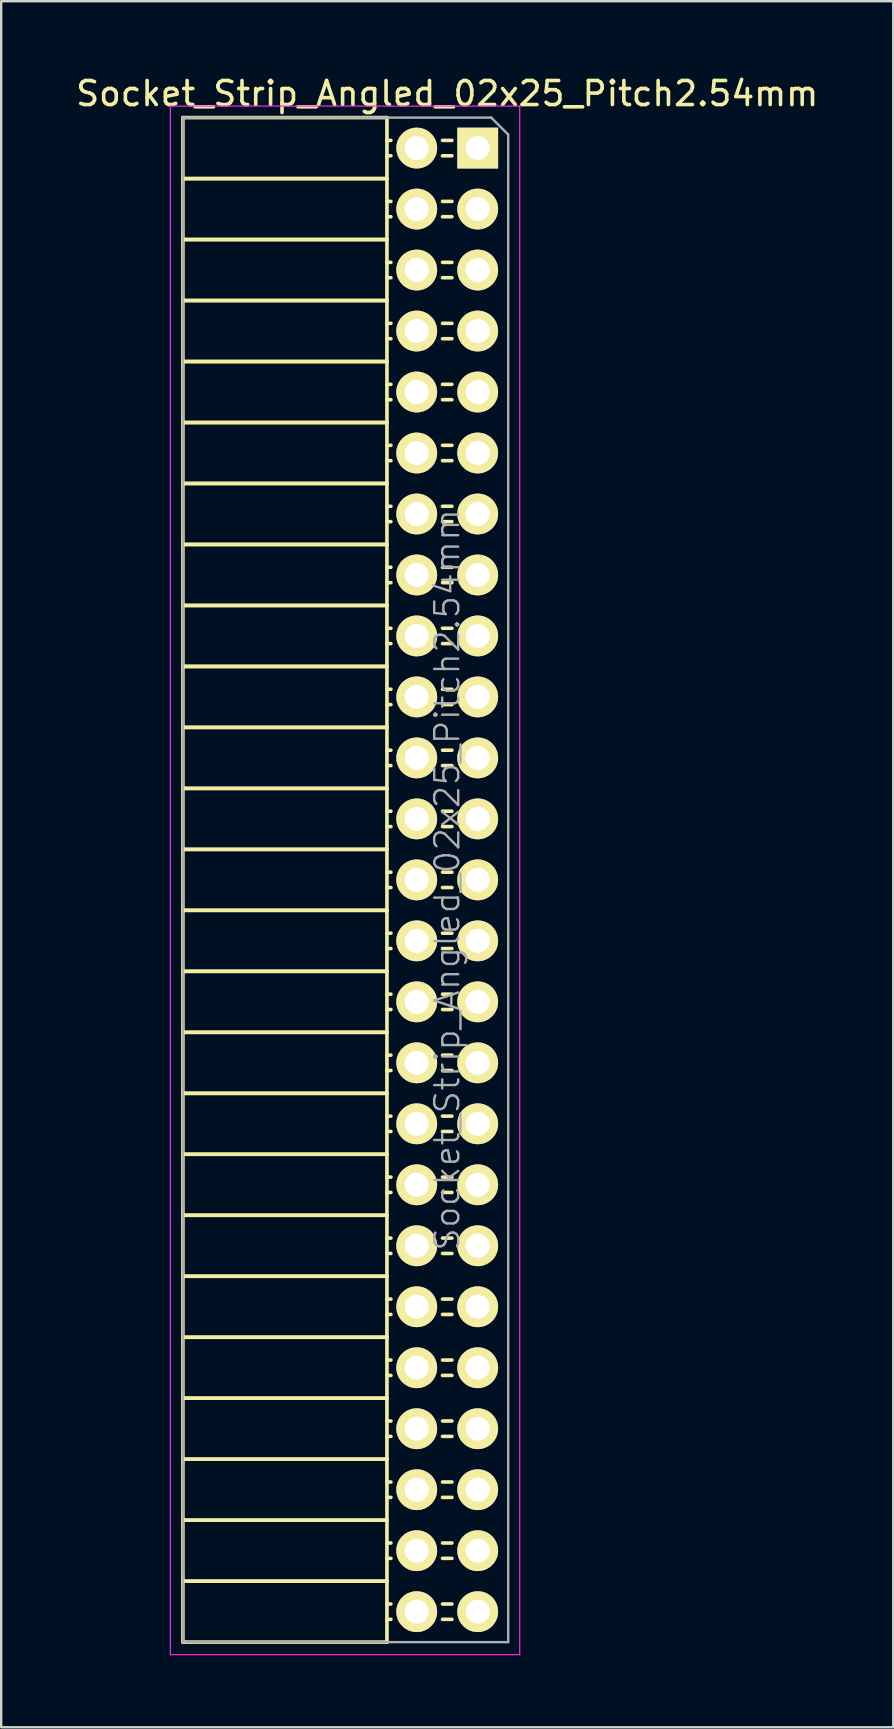
<source format=kicad_pcb>
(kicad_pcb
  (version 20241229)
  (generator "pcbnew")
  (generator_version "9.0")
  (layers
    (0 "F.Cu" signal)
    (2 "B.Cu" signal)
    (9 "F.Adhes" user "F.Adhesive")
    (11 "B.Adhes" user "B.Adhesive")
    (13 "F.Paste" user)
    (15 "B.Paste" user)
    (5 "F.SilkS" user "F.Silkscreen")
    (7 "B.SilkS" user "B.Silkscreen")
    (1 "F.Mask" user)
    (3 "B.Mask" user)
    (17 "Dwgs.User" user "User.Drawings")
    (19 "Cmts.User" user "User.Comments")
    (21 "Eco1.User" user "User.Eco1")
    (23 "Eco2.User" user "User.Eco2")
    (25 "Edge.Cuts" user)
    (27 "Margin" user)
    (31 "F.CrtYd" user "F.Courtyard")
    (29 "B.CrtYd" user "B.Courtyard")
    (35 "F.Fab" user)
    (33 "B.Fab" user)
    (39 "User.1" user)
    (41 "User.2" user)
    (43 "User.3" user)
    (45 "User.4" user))
  (footprint "Socket_Strip_Angled_02x25_Pitch2.54mm"
    (layer "F.Cu")
    (at 16.847 3.118)
    (property "Reference" "Socket_Strip_Angled_02x25_Pitch2.54mm" (at -1.27 -2.27 0) (layer "F.SilkS") (effects (font (size 1 1) (thickness 0.15))))
    (attr smd)
    (fp_line (start -12.28 -1.27) (end -12.28 1.27) (stroke (width 0.15) (type solid)) (layer "F.SilkS"))
    (fp_line (start -12.28 -1.27) (end -3.78 -1.27) (stroke (width 0.15) (type solid)) (layer "F.SilkS"))
    (fp_line (start -12.28 1.27) (end -12.28 3.81) (stroke (width 0.15) (type solid)) (layer "F.SilkS"))
    (fp_line (start -12.28 1.27) (end -3.78 1.27) (stroke (width 0.15) (type solid)) (layer "F.SilkS"))
    (fp_line (start -12.28 1.27) (end -3.78 1.27) (stroke (width 0.15) (type solid)) (layer "F.SilkS"))
    (fp_line (start -12.28 3.81) (end -12.28 6.35) (stroke (width 0.15) (type solid)) (layer "F.SilkS"))
    (fp_line (start -12.28 3.81) (end -3.78 3.81) (stroke (width 0.15) (type solid)) (layer "F.SilkS"))
    (fp_line (start -12.28 3.81) (end -3.78 3.81) (stroke (width 0.15) (type solid)) (layer "F.SilkS"))
    (fp_line (start -12.28 6.35) (end -12.28 8.89) (stroke (width 0.15) (type solid)) (layer "F.SilkS"))
    (fp_line (start -12.28 6.35) (end -3.78 6.35) (stroke (width 0.15) (type solid)) (layer "F.SilkS"))
    (fp_line (start -12.28 6.35) (end -3.78 6.35) (stroke (width 0.15) (type solid)) (layer "F.SilkS"))
    (fp_line (start -12.28 8.89) (end -12.28 11.43) (stroke (width 0.15) (type solid)) (layer "F.SilkS"))
    (fp_line (start -12.28 8.89) (end -3.78 8.89) (stroke (width 0.15) (type solid)) (layer "F.SilkS"))
    (fp_line (start -12.28 8.89) (end -3.78 8.89) (stroke (width 0.15) (type solid)) (layer "F.SilkS"))
    (fp_line (start -12.28 11.43) (end -12.28 13.97) (stroke (width 0.15) (type solid)) (layer "F.SilkS"))
    (fp_line (start -12.28 11.43) (end -3.78 11.43) (stroke (width 0.15) (type solid)) (layer "F.SilkS"))
    (fp_line (start -12.28 11.43) (end -3.78 11.43) (stroke (width 0.15) (type solid)) (layer "F.SilkS"))
    (fp_line (start -12.28 13.97) (end -12.28 16.51) (stroke (width 0.15) (type solid)) (layer "F.SilkS"))
    (fp_line (start -12.28 13.97) (end -3.78 13.97) (stroke (width 0.15) (type solid)) (layer "F.SilkS"))
    (fp_line (start -12.28 13.97) (end -3.78 13.97) (stroke (width 0.15) (type solid)) (layer "F.SilkS"))
    (fp_line (start -12.28 16.51) (end -12.28 19.05) (stroke (width 0.15) (type solid)) (layer "F.SilkS"))
    (fp_line (start -12.28 16.51) (end -3.78 16.51) (stroke (width 0.15) (type solid)) (layer "F.SilkS"))
    (fp_line (start -12.28 16.51) (end -3.78 16.51) (stroke (width 0.15) (type solid)) (layer "F.SilkS"))
    (fp_line (start -12.28 19.05) (end -12.28 21.59) (stroke (width 0.15) (type solid)) (layer "F.SilkS"))
    (fp_line (start -12.28 19.05) (end -3.78 19.05) (stroke (width 0.15) (type solid)) (layer "F.SilkS"))
    (fp_line (start -12.28 19.05) (end -3.78 19.05) (stroke (width 0.15) (type solid)) (layer "F.SilkS"))
    (fp_line (start -12.28 21.59) (end -12.28 24.13) (stroke (width 0.15) (type solid)) (layer "F.SilkS"))
    (fp_line (start -12.28 21.59) (end -3.78 21.59) (stroke (width 0.15) (type solid)) (layer "F.SilkS"))
    (fp_line (start -12.28 21.59) (end -3.78 21.59) (stroke (width 0.15) (type solid)) (layer "F.SilkS"))
    (fp_line (start -12.28 24.13) (end -12.28 26.67) (stroke (width 0.15) (type solid)) (layer "F.SilkS"))
    (fp_line (start -12.28 24.13) (end -3.78 24.13) (stroke (width 0.15) (type solid)) (layer "F.SilkS"))
    (fp_line (start -12.28 24.13) (end -3.78 24.13) (stroke (width 0.15) (type solid)) (layer "F.SilkS"))
    (fp_line (start -12.28 26.67) (end -12.28 29.21) (stroke (width 0.15) (type solid)) (layer "F.SilkS"))
    (fp_line (start -12.28 26.67) (end -3.78 26.67) (stroke (width 0.15) (type solid)) (layer "F.SilkS"))
    (fp_line (start -12.28 26.67) (end -3.78 26.67) (stroke (width 0.15) (type solid)) (layer "F.SilkS"))
    (fp_line (start -12.28 29.21) (end -12.28 31.75) (stroke (width 0.15) (type solid)) (layer "F.SilkS"))
    (fp_line (start -12.28 29.21) (end -3.78 29.21) (stroke (width 0.15) (type solid)) (layer "F.SilkS"))
    (fp_line (start -12.28 29.21) (end -3.78 29.21) (stroke (width 0.15) (type solid)) (layer "F.SilkS"))
    (fp_line (start -12.28 31.75) (end -12.28 34.29) (stroke (width 0.15) (type solid)) (layer "F.SilkS"))
    (fp_line (start -12.28 31.75) (end -3.78 31.75) (stroke (width 0.15) (type solid)) (layer "F.SilkS"))
    (fp_line (start -12.28 31.75) (end -3.78 31.75) (stroke (width 0.15) (type solid)) (layer "F.SilkS"))
    (fp_line (start -12.28 34.29) (end -12.28 36.83) (stroke (width 0.15) (type solid)) (layer "F.SilkS"))
    (fp_line (start -12.28 34.29) (end -3.78 34.29) (stroke (width 0.15) (type solid)) (layer "F.SilkS"))
    (fp_line (start -12.28 34.29) (end -3.78 34.29) (stroke (width 0.15) (type solid)) (layer "F.SilkS"))
    (fp_line (start -12.28 36.83) (end -12.28 39.37) (stroke (width 0.15) (type solid)) (layer "F.SilkS"))
    (fp_line (start -12.28 36.83) (end -3.78 36.83) (stroke (width 0.15) (type solid)) (layer "F.SilkS"))
    (fp_line (start -12.28 36.83) (end -3.78 36.83) (stroke (width 0.15) (type solid)) (layer "F.SilkS"))
    (fp_line (start -12.28 39.37) (end -12.28 41.91) (stroke (width 0.15) (type solid)) (layer "F.SilkS"))
    (fp_line (start -12.28 39.37) (end -3.78 39.37) (stroke (width 0.15) (type solid)) (layer "F.SilkS"))
    (fp_line (start -12.28 39.37) (end -3.78 39.37) (stroke (width 0.15) (type solid)) (layer "F.SilkS"))
    (fp_line (start -12.28 41.91) (end -12.28 44.45) (stroke (width 0.15) (type solid)) (layer "F.SilkS"))
    (fp_line (start -12.28 41.91) (end -3.78 41.91) (stroke (width 0.15) (type solid)) (layer "F.SilkS"))
    (fp_line (start -12.28 41.91) (end -3.78 41.91) (stroke (width 0.15) (type solid)) (layer "F.SilkS"))
    (fp_line (start -12.28 44.45) (end -12.28 46.99) (stroke (width 0.15) (type solid)) (layer "F.SilkS"))
    (fp_line (start -12.28 44.45) (end -3.78 44.45) (stroke (width 0.15) (type solid)) (layer "F.SilkS"))
    (fp_line (start -12.28 44.45) (end -3.78 44.45) (stroke (width 0.15) (type solid)) (layer "F.SilkS"))
    (fp_line (start -12.28 46.99) (end -12.28 49.53) (stroke (width 0.15) (type solid)) (layer "F.SilkS"))
    (fp_line (start -12.28 46.99) (end -3.78 46.99) (stroke (width 0.15) (type solid)) (layer "F.SilkS"))
    (fp_line (start -12.28 46.99) (end -3.78 46.99) (stroke (width 0.15) (type solid)) (layer "F.SilkS"))
    (fp_line (start -12.28 49.53) (end -12.28 52.07) (stroke (width 0.15) (type solid)) (layer "F.SilkS"))
    (fp_line (start -12.28 49.53) (end -3.78 49.53) (stroke (width 0.15) (type solid)) (layer "F.SilkS"))
    (fp_line (start -12.28 49.53) (end -3.78 49.53) (stroke (width 0.15) (type solid)) (layer "F.SilkS"))
    (fp_line (start -12.28 52.07) (end -12.28 54.61) (stroke (width 0.15) (type solid)) (layer "F.SilkS"))
    (fp_line (start -12.28 52.07) (end -3.78 52.07) (stroke (width 0.15) (type solid)) (layer "F.SilkS"))
    (fp_line (start -12.28 52.07) (end -3.78 52.07) (stroke (width 0.15) (type solid)) (layer "F.SilkS"))
    (fp_line (start -12.28 54.61) (end -12.28 57.15) (stroke (width 0.15) (type solid)) (layer "F.SilkS"))
    (fp_line (start -12.28 54.61) (end -3.78 54.61) (stroke (width 0.15) (type solid)) (layer "F.SilkS"))
    (fp_line (start -12.28 54.61) (end -3.78 54.61) (stroke (width 0.15) (type solid)) (layer "F.SilkS"))
    (fp_line (start -12.28 57.15) (end -12.28 59.69) (stroke (width 0.15) (type solid)) (layer "F.SilkS"))
    (fp_line (start -12.28 57.15) (end -3.78 57.15) (stroke (width 0.15) (type solid)) (layer "F.SilkS"))
    (fp_line (start -12.28 57.15) (end -3.78 57.15) (stroke (width 0.15) (type solid)) (layer "F.SilkS"))
    (fp_line (start -12.28 59.69) (end -12.28 62.23) (stroke (width 0.15) (type solid)) (layer "F.SilkS"))
    (fp_line (start -12.28 59.69) (end -3.78 59.69) (stroke (width 0.15) (type solid)) (layer "F.SilkS"))
    (fp_line (start -12.28 59.69) (end -3.78 59.69) (stroke (width 0.15) (type solid)) (layer "F.SilkS"))
    (fp_line (start -12.28 62.23) (end -3.78 62.23) (stroke (width 0.15) (type solid)) (layer "F.SilkS"))
    (fp_line (start -3.78 -1.27) (end -3.78 1.27) (stroke (width 0.15) (type solid)) (layer "F.SilkS"))
    (fp_line (start -3.78 -0.32) (end -3.615 -0.32) (stroke (width 0.15) (type solid)) (layer "F.SilkS"))
    (fp_line (start -3.78 0.32) (end -3.615 0.32) (stroke (width 0.15) (type solid)) (layer "F.SilkS"))
    (fp_line (start -3.78 1.27) (end -3.78 3.81) (stroke (width 0.15) (type solid)) (layer "F.SilkS"))
    (fp_line (start -3.78 2.22) (end -3.615 2.22) (stroke (width 0.15) (type solid)) (layer "F.SilkS"))
    (fp_line (start -3.78 2.86) (end -3.615 2.86) (stroke (width 0.15) (type solid)) (layer "F.SilkS"))
    (fp_line (start -3.78 3.81) (end -3.78 6.35) (stroke (width 0.15) (type solid)) (layer "F.SilkS"))
    (fp_line (start -3.78 4.76) (end -3.615 4.76) (stroke (width 0.15) (type solid)) (layer "F.SilkS"))
    (fp_line (start -3.78 5.4) (end -3.615 5.4) (stroke (width 0.15) (type solid)) (layer "F.SilkS"))
    (fp_line (start -3.78 6.35) (end -3.78 8.89) (stroke (width 0.15) (type solid)) (layer "F.SilkS"))
    (fp_line (start -3.78 7.3) (end -3.615 7.3) (stroke (width 0.15) (type solid)) (layer "F.SilkS"))
    (fp_line (start -3.78 7.94) (end -3.615 7.94) (stroke (width 0.15) (type solid)) (layer "F.SilkS"))
    (fp_line (start -3.78 8.89) (end -3.78 11.43) (stroke (width 0.15) (type solid)) (layer "F.SilkS"))
    (fp_line (start -3.78 9.84) (end -3.615 9.84) (stroke (width 0.15) (type solid)) (layer "F.SilkS"))
    (fp_line (start -3.78 10.48) (end -3.615 10.48) (stroke (width 0.15) (type solid)) (layer "F.SilkS"))
    (fp_line (start -3.78 11.43) (end -3.78 13.97) (stroke (width 0.15) (type solid)) (layer "F.SilkS"))
    (fp_line (start -3.78 12.38) (end -3.615 12.38) (stroke (width 0.15) (type solid)) (layer "F.SilkS"))
    (fp_line (start -3.78 13.02) (end -3.615 13.02) (stroke (width 0.15) (type solid)) (layer "F.SilkS"))
    (fp_line (start -3.78 13.97) (end -3.78 16.51) (stroke (width 0.15) (type solid)) (layer "F.SilkS"))
    (fp_line (start -3.78 14.92) (end -3.615 14.92) (stroke (width 0.15) (type solid)) (layer "F.SilkS"))
    (fp_line (start -3.78 15.56) (end -3.615 15.56) (stroke (width 0.15) (type solid)) (layer "F.SilkS"))
    (fp_line (start -3.78 16.51) (end -3.78 19.05) (stroke (width 0.15) (type solid)) (layer "F.SilkS"))
    (fp_line (start -3.78 17.46) (end -3.615 17.46) (stroke (width 0.15) (type solid)) (layer "F.SilkS"))
    (fp_line (start -3.78 18.1) (end -3.615 18.1) (stroke (width 0.15) (type solid)) (layer "F.SilkS"))
    (fp_line (start -3.78 19.05) (end -3.78 21.59) (stroke (width 0.15) (type solid)) (layer "F.SilkS"))
    (fp_line (start -3.78 20) (end -3.615 20) (stroke (width 0.15) (type solid)) (layer "F.SilkS"))
    (fp_line (start -3.78 20.64) (end -3.615 20.64) (stroke (width 0.15) (type solid)) (layer "F.SilkS"))
    (fp_line (start -3.78 21.59) (end -3.78 24.13) (stroke (width 0.15) (type solid)) (layer "F.SilkS"))
    (fp_line (start -3.78 22.54) (end -3.615 22.54) (stroke (width 0.15) (type solid)) (layer "F.SilkS"))
    (fp_line (start -3.78 23.18) (end -3.615 23.18) (stroke (width 0.15) (type solid)) (layer "F.SilkS"))
    (fp_line (start -3.78 24.13) (end -3.78 26.67) (stroke (width 0.15) (type solid)) (layer "F.SilkS"))
    (fp_line (start -3.78 25.08) (end -3.615 25.08) (stroke (width 0.15) (type solid)) (layer "F.SilkS"))
    (fp_line (start -3.78 25.72) (end -3.615 25.72) (stroke (width 0.15) (type solid)) (layer "F.SilkS"))
    (fp_line (start -3.78 26.67) (end -3.78 29.21) (stroke (width 0.15) (type solid)) (layer "F.SilkS"))
    (fp_line (start -3.78 27.62) (end -3.615 27.62) (stroke (width 0.15) (type solid)) (layer "F.SilkS"))
    (fp_line (start -3.78 28.26) (end -3.615 28.26) (stroke (width 0.15) (type solid)) (layer "F.SilkS"))
    (fp_line (start -3.78 29.21) (end -3.78 31.75) (stroke (width 0.15) (type solid)) (layer "F.SilkS"))
    (fp_line (start -3.78 30.16) (end -3.615 30.16) (stroke (width 0.15) (type solid)) (layer "F.SilkS"))
    (fp_line (start -3.78 30.8) (end -3.615 30.8) (stroke (width 0.15) (type solid)) (layer "F.SilkS"))
    (fp_line (start -3.78 31.75) (end -3.78 34.29) (stroke (width 0.15) (type solid)) (layer "F.SilkS"))
    (fp_line (start -3.78 32.7) (end -3.615 32.7) (stroke (width 0.15) (type solid)) (layer "F.SilkS"))
    (fp_line (start -3.78 33.34) (end -3.615 33.34) (stroke (width 0.15) (type solid)) (layer "F.SilkS"))
    (fp_line (start -3.78 34.29) (end -3.78 36.83) (stroke (width 0.15) (type solid)) (layer "F.SilkS"))
    (fp_line (start -3.78 35.24) (end -3.615 35.24) (stroke (width 0.15) (type solid)) (layer "F.SilkS"))
    (fp_line (start -3.78 35.88) (end -3.615 35.88) (stroke (width 0.15) (type solid)) (layer "F.SilkS"))
    (fp_line (start -3.78 36.83) (end -3.78 39.37) (stroke (width 0.15) (type solid)) (layer "F.SilkS"))
    (fp_line (start -3.78 37.78) (end -3.615 37.78) (stroke (width 0.15) (type solid)) (layer "F.SilkS"))
    (fp_line (start -3.78 38.42) (end -3.615 38.42) (stroke (width 0.15) (type solid)) (layer "F.SilkS"))
    (fp_line (start -3.78 39.37) (end -3.78 41.91) (stroke (width 0.15) (type solid)) (layer "F.SilkS"))
    (fp_line (start -3.78 40.32) (end -3.615 40.32) (stroke (width 0.15) (type solid)) (layer "F.SilkS"))
    (fp_line (start -3.78 40.96) (end -3.615 40.96) (stroke (width 0.15) (type solid)) (layer "F.SilkS"))
    (fp_line (start -3.78 41.91) (end -3.78 44.45) (stroke (width 0.15) (type solid)) (layer "F.SilkS"))
    (fp_line (start -3.78 42.86) (end -3.615 42.86) (stroke (width 0.15) (type solid)) (layer "F.SilkS"))
    (fp_line (start -3.78 43.5) (end -3.615 43.5) (stroke (width 0.15) (type solid)) (layer "F.SilkS"))
    (fp_line (start -3.78 44.45) (end -3.78 46.99) (stroke (width 0.15) (type solid)) (layer "F.SilkS"))
    (fp_line (start -3.78 45.4) (end -3.615 45.4) (stroke (width 0.15) (type solid)) (layer "F.SilkS"))
    (fp_line (start -3.78 46.04) (end -3.615 46.04) (stroke (width 0.15) (type solid)) (layer "F.SilkS"))
    (fp_line (start -3.78 46.99) (end -3.78 49.53) (stroke (width 0.15) (type solid)) (layer "F.SilkS"))
    (fp_line (start -3.78 47.94) (end -3.615 47.94) (stroke (width 0.15) (type solid)) (layer "F.SilkS"))
    (fp_line (start -3.78 48.58) (end -3.615 48.58) (stroke (width 0.15) (type solid)) (layer "F.SilkS"))
    (fp_line (start -3.78 49.53) (end -3.78 52.07) (stroke (width 0.15) (type solid)) (layer "F.SilkS"))
    (fp_line (start -3.78 50.48) (end -3.615 50.48) (stroke (width 0.15) (type solid)) (layer "F.SilkS"))
    (fp_line (start -3.78 51.12) (end -3.615 51.12) (stroke (width 0.15) (type solid)) (layer "F.SilkS"))
    (fp_line (start -3.78 52.07) (end -3.78 54.61) (stroke (width 0.15) (type solid)) (layer "F.SilkS"))
    (fp_line (start -3.78 53.02) (end -3.615 53.02) (stroke (width 0.15) (type solid)) (layer "F.SilkS"))
    (fp_line (start -3.78 53.66) (end -3.615 53.66) (stroke (width 0.15) (type solid)) (layer "F.SilkS"))
    (fp_line (start -3.78 54.61) (end -3.78 57.15) (stroke (width 0.15) (type solid)) (layer "F.SilkS"))
    (fp_line (start -3.78 55.56) (end -3.615 55.56) (stroke (width 0.15) (type solid)) (layer "F.SilkS"))
    (fp_line (start -3.78 56.2) (end -3.615 56.2) (stroke (width 0.15) (type solid)) (layer "F.SilkS"))
    (fp_line (start -3.78 57.15) (end -3.78 59.69) (stroke (width 0.15) (type solid)) (layer "F.SilkS"))
    (fp_line (start -3.78 58.1) (end -3.615 58.1) (stroke (width 0.15) (type solid)) (layer "F.SilkS"))
    (fp_line (start -3.78 58.74) (end -3.615 58.74) (stroke (width 0.15) (type solid)) (layer "F.SilkS"))
    (fp_line (start -3.78 59.69) (end -3.78 62.23) (stroke (width 0.15) (type solid)) (layer "F.SilkS"))
    (fp_line (start -3.78 60.64) (end -3.615 60.64) (stroke (width 0.15) (type solid)) (layer "F.SilkS"))
    (fp_line (start -3.78 61.28) (end -3.615 61.28) (stroke (width 0.15) (type solid)) (layer "F.SilkS"))
    (fp_line (start -1.075 -0.32) (end -1.465 -0.32) (stroke (width 0.15) (type solid)) (layer "F.SilkS"))
    (fp_line (start -1.075 0.32) (end -1.465 0.32) (stroke (width 0.15) (type solid)) (layer "F.SilkS"))
    (fp_line (start -1.075 2.22) (end -1.465 2.22) (stroke (width 0.15) (type solid)) (layer "F.SilkS"))
    (fp_line (start -1.075 2.86) (end -1.465 2.86) (stroke (width 0.15) (type solid)) (layer "F.SilkS"))
    (fp_line (start -1.075 4.76) (end -1.465 4.76) (stroke (width 0.15) (type solid)) (layer "F.SilkS"))
    (fp_line (start -1.075 5.4) (end -1.465 5.4) (stroke (width 0.15) (type solid)) (layer "F.SilkS"))
    (fp_line (start -1.075 7.3) (end -1.465 7.3) (stroke (width 0.15) (type solid)) (layer "F.SilkS"))
    (fp_line (start -1.075 7.94) (end -1.465 7.94) (stroke (width 0.15) (type solid)) (layer "F.SilkS"))
    (fp_line (start -1.075 9.84) (end -1.465 9.84) (stroke (width 0.15) (type solid)) (layer "F.SilkS"))
    (fp_line (start -1.075 10.48) (end -1.465 10.48) (stroke (width 0.15) (type solid)) (layer "F.SilkS"))
    (fp_line (start -1.075 12.38) (end -1.465 12.38) (stroke (width 0.15) (type solid)) (layer "F.SilkS"))
    (fp_line (start -1.075 13.02) (end -1.465 13.02) (stroke (width 0.15) (type solid)) (layer "F.SilkS"))
    (fp_line (start -1.075 14.92) (end -1.465 14.92) (stroke (width 0.15) (type solid)) (layer "F.SilkS"))
    (fp_line (start -1.075 15.56) (end -1.465 15.56) (stroke (width 0.15) (type solid)) (layer "F.SilkS"))
    (fp_line (start -1.075 17.46) (end -1.465 17.46) (stroke (width 0.15) (type solid)) (layer "F.SilkS"))
    (fp_line (start -1.075 18.1) (end -1.465 18.1) (stroke (width 0.15) (type solid)) (layer "F.SilkS"))
    (fp_line (start -1.075 20) (end -1.465 20) (stroke (width 0.15) (type solid)) (layer "F.SilkS"))
    (fp_line (start -1.075 20.64) (end -1.465 20.64) (stroke (width 0.15) (type solid)) (layer "F.SilkS"))
    (fp_line (start -1.075 22.54) (end -1.465 22.54) (stroke (width 0.15) (type solid)) (layer "F.SilkS"))
    (fp_line (start -1.075 23.18) (end -1.465 23.18) (stroke (width 0.15) (type solid)) (layer "F.SilkS"))
    (fp_line (start -1.075 25.08) (end -1.465 25.08) (stroke (width 0.15) (type solid)) (layer "F.SilkS"))
    (fp_line (start -1.075 25.72) (end -1.465 25.72) (stroke (width 0.15) (type solid)) (layer "F.SilkS"))
    (fp_line (start -1.075 27.62) (end -1.465 27.62) (stroke (width 0.15) (type solid)) (layer "F.SilkS"))
    (fp_line (start -1.075 28.26) (end -1.465 28.26) (stroke (width 0.15) (type solid)) (layer "F.SilkS"))
    (fp_line (start -1.075 30.16) (end -1.465 30.16) (stroke (width 0.15) (type solid)) (layer "F.SilkS"))
    (fp_line (start -1.075 30.8) (end -1.465 30.8) (stroke (width 0.15) (type solid)) (layer "F.SilkS"))
    (fp_line (start -1.075 32.7) (end -1.465 32.7) (stroke (width 0.15) (type solid)) (layer "F.SilkS"))
    (fp_line (start -1.075 33.34) (end -1.465 33.34) (stroke (width 0.15) (type solid)) (layer "F.SilkS"))
    (fp_line (start -1.075 35.24) (end -1.465 35.24) (stroke (width 0.15) (type solid)) (layer "F.SilkS"))
    (fp_line (start -1.075 35.88) (end -1.465 35.88) (stroke (width 0.15) (type solid)) (layer "F.SilkS"))
    (fp_line (start -1.075 37.78) (end -1.465 37.78) (stroke (width 0.15) (type solid)) (layer "F.SilkS"))
    (fp_line (start -1.075 38.42) (end -1.465 38.42) (stroke (width 0.15) (type solid)) (layer "F.SilkS"))
    (fp_line (start -1.075 40.32) (end -1.465 40.32) (stroke (width 0.15) (type solid)) (layer "F.SilkS"))
    (fp_line (start -1.075 40.96) (end -1.465 40.96) (stroke (width 0.15) (type solid)) (layer "F.SilkS"))
    (fp_line (start -1.075 42.86) (end -1.465 42.86) (stroke (width 0.15) (type solid)) (layer "F.SilkS"))
    (fp_line (start -1.075 43.5) (end -1.465 43.5) (stroke (width 0.15) (type solid)) (layer "F.SilkS"))
    (fp_line (start -1.075 45.4) (end -1.465 45.4) (stroke (width 0.15) (type solid)) (layer "F.SilkS"))
    (fp_line (start -1.075 46.04) (end -1.465 46.04) (stroke (width 0.15) (type solid)) (layer "F.SilkS"))
    (fp_line (start -1.075 47.94) (end -1.465 47.94) (stroke (width 0.15) (type solid)) (layer "F.SilkS"))
    (fp_line (start -1.075 48.58) (end -1.465 48.58) (stroke (width 0.15) (type solid)) (layer "F.SilkS"))
    (fp_line (start -1.075 50.48) (end -1.465 50.48) (stroke (width 0.15) (type solid)) (layer "F.SilkS"))
    (fp_line (start -1.075 51.12) (end -1.465 51.12) (stroke (width 0.15) (type solid)) (layer "F.SilkS"))
    (fp_line (start -1.075 53.02) (end -1.465 53.02) (stroke (width 0.15) (type solid)) (layer "F.SilkS"))
    (fp_line (start -1.075 53.66) (end -1.465 53.66) (stroke (width 0.15) (type solid)) (layer "F.SilkS"))
    (fp_line (start -1.075 55.56) (end -1.465 55.56) (stroke (width 0.15) (type solid)) (layer "F.SilkS"))
    (fp_line (start -1.075 56.2) (end -1.465 56.2) (stroke (width 0.15) (type solid)) (layer "F.SilkS"))
    (fp_line (start -1.075 58.1) (end -1.465 58.1) (stroke (width 0.15) (type solid)) (layer "F.SilkS"))
    (fp_line (start -1.075 58.74) (end -1.465 58.74) (stroke (width 0.15) (type solid)) (layer "F.SilkS"))
    (fp_line (start -1.075 60.64) (end -1.465 60.64) (stroke (width 0.15) (type solid)) (layer "F.SilkS"))
    (fp_line (start -1.075 61.28) (end -1.465 61.28) (stroke (width 0.15) (type solid)) (layer "F.SilkS"))
    (fp_line (start -12.8 -1.75) (end 1.75 -1.75) (stroke (width 0.05) (type solid)) (layer "F.CrtYd"))
    (fp_line (start -12.8 62.75) (end -12.8 -1.75) (stroke (width 0.05) (type solid)) (layer "F.CrtYd"))
    (fp_line (start -12.8 62.75) (end 1.75 62.75) (stroke (width 0.05) (type solid)) (layer "F.CrtYd"))
    (fp_line (start 1.75 62.75) (end 1.75 -1.75) (stroke (width 0.05) (type solid)) (layer "F.CrtYd"))
    (fp_line (start -12.28 -1.27) (end 0.563 -1.27) (stroke (width 0.1) (type solid)) (layer "F.Fab"))
    (fp_line (start -12.28 62.23) (end -12.28 -1.27) (stroke (width 0.1) (type solid)) (layer "F.Fab"))
    (fp_line (start -12.28 62.23) (end 1.27 62.23) (stroke (width 0.1) (type solid)) (layer "F.Fab"))
    (fp_line (start 1.27 -0.563) (end 0.563 -1.27) (stroke (width 0.1) (type solid)) (layer "F.Fab"))
    (fp_line (start 1.27 62.23) (end 1.27 -0.563) (stroke (width 0.1) (type solid)) (layer "F.Fab"))
    (fp_text user "${REFERENCE}" (at -1.27 30.48 90) (layer "F.Fab") (effects (font (size 1 1) (thickness 0.1))))
    (pad "1" thru_hole rect (at 0 0) (size 1.7 1.7) (drill 1) (layers "*.Cu" "*.Mask" "F.SilkS"))
    (pad "2" thru_hole oval (at -2.54 0) (size 1.7 1.7) (drill 1) (layers "*.Cu" "*.Mask" "F.SilkS"))
    (pad "3" thru_hole oval (at 0 2.54) (size 1.7 1.7) (drill 1) (layers "*.Cu" "*.Mask" "F.SilkS"))
    (pad "4" thru_hole oval (at -2.54 2.54) (size 1.7 1.7) (drill 1) (layers "*.Cu" "*.Mask" "F.SilkS"))
    (pad "5" thru_hole oval (at 0 5.08) (size 1.7 1.7) (drill 1) (layers "*.Cu" "*.Mask" "F.SilkS"))
    (pad "6" thru_hole oval (at -2.54 5.08) (size 1.7 1.7) (drill 1) (layers "*.Cu" "*.Mask" "F.SilkS"))
    (pad "7" thru_hole oval (at 0 7.62) (size 1.7 1.7) (drill 1) (layers "*.Cu" "*.Mask" "F.SilkS"))
    (pad "8" thru_hole oval (at -2.54 7.62) (size 1.7 1.7) (drill 1) (layers "*.Cu" "*.Mask" "F.SilkS"))
    (pad "9" thru_hole oval (at 0 10.16) (size 1.7 1.7) (drill 1) (layers "*.Cu" "*.Mask" "F.SilkS"))
    (pad "10" thru_hole oval (at -2.54 10.16) (size 1.7 1.7) (drill 1) (layers "*.Cu" "*.Mask" "F.SilkS"))
    (pad "11" thru_hole oval (at 0 12.7) (size 1.7 1.7) (drill 1) (layers "*.Cu" "*.Mask" "F.SilkS"))
    (pad "12" thru_hole oval (at -2.54 12.7) (size 1.7 1.7) (drill 1) (layers "*.Cu" "*.Mask" "F.SilkS"))
    (pad "13" thru_hole oval (at 0 15.24) (size 1.7 1.7) (drill 1) (layers "*.Cu" "*.Mask" "F.SilkS"))
    (pad "14" thru_hole oval (at -2.54 15.24) (size 1.7 1.7) (drill 1) (layers "*.Cu" "*.Mask" "F.SilkS"))
    (pad "15" thru_hole oval (at 0 17.78) (size 1.7 1.7) (drill 1) (layers "*.Cu" "*.Mask" "F.SilkS"))
    (pad "16" thru_hole oval (at -2.54 17.78) (size 1.7 1.7) (drill 1) (layers "*.Cu" "*.Mask" "F.SilkS"))
    (pad "17" thru_hole oval (at 0 20.32) (size 1.7 1.7) (drill 1) (layers "*.Cu" "*.Mask" "F.SilkS"))
    (pad "18" thru_hole oval (at -2.54 20.32) (size 1.7 1.7) (drill 1) (layers "*.Cu" "*.Mask" "F.SilkS"))
    (pad "19" thru_hole oval (at 0 22.86) (size 1.7 1.7) (drill 1) (layers "*.Cu" "*.Mask" "F.SilkS"))
    (pad "20" thru_hole oval (at -2.54 22.86) (size 1.7 1.7) (drill 1) (layers "*.Cu" "*.Mask" "F.SilkS"))
    (pad "21" thru_hole oval (at 0 25.4) (size 1.7 1.7) (drill 1) (layers "*.Cu" "*.Mask" "F.SilkS"))
    (pad "22" thru_hole oval (at -2.54 25.4) (size 1.7 1.7) (drill 1) (layers "*.Cu" "*.Mask" "F.SilkS"))
    (pad "23" thru_hole oval (at 0 27.94) (size 1.7 1.7) (drill 1) (layers "*.Cu" "*.Mask" "F.SilkS"))
    (pad "24" thru_hole oval (at -2.54 27.94) (size 1.7 1.7) (drill 1) (layers "*.Cu" "*.Mask" "F.SilkS"))
    (pad "25" thru_hole oval (at 0 30.48) (size 1.7 1.7) (drill 1) (layers "*.Cu" "*.Mask" "F.SilkS"))
    (pad "26" thru_hole oval (at -2.54 30.48) (size 1.7 1.7) (drill 1) (layers "*.Cu" "*.Mask" "F.SilkS"))
    (pad "27" thru_hole oval (at 0 33.02) (size 1.7 1.7) (drill 1) (layers "*.Cu" "*.Mask" "F.SilkS"))
    (pad "28" thru_hole oval (at -2.54 33.02) (size 1.7 1.7) (drill 1) (layers "*.Cu" "*.Mask" "F.SilkS"))
    (pad "29" thru_hole oval (at 0 35.56) (size 1.7 1.7) (drill 1) (layers "*.Cu" "*.Mask" "F.SilkS"))
    (pad "30" thru_hole oval (at -2.54 35.56) (size 1.7 1.7) (drill 1) (layers "*.Cu" "*.Mask" "F.SilkS"))
    (pad "31" thru_hole oval (at 0 38.1) (size 1.7 1.7) (drill 1) (layers "*.Cu" "*.Mask" "F.SilkS"))
    (pad "32" thru_hole oval (at -2.54 38.1) (size 1.7 1.7) (drill 1) (layers "*.Cu" "*.Mask" "F.SilkS"))
    (pad "33" thru_hole oval (at 0 40.64) (size 1.7 1.7) (drill 1) (layers "*.Cu" "*.Mask" "F.SilkS"))
    (pad "34" thru_hole oval (at -2.54 40.64) (size 1.7 1.7) (drill 1) (layers "*.Cu" "*.Mask" "F.SilkS"))
    (pad "35" thru_hole oval (at 0 43.18) (size 1.7 1.7) (drill 1) (layers "*.Cu" "*.Mask" "F.SilkS"))
    (pad "36" thru_hole oval (at -2.54 43.18) (size 1.7 1.7) (drill 1) (layers "*.Cu" "*.Mask" "F.SilkS"))
    (pad "37" thru_hole oval (at 0 45.72) (size 1.7 1.7) (drill 1) (layers "*.Cu" "*.Mask" "F.SilkS"))
    (pad "38" thru_hole oval (at -2.54 45.72) (size 1.7 1.7) (drill 1) (layers "*.Cu" "*.Mask" "F.SilkS"))
    (pad "39" thru_hole oval (at 0 48.26) (size 1.7 1.7) (drill 1) (layers "*.Cu" "*.Mask" "F.SilkS"))
    (pad "40" thru_hole oval (at -2.54 48.26) (size 1.7 1.7) (drill 1) (layers "*.Cu" "*.Mask" "F.SilkS"))
    (pad "41" thru_hole oval (at 0 50.8) (size 1.7 1.7) (drill 1) (layers "*.Cu" "*.Mask" "F.SilkS"))
    (pad "42" thru_hole oval (at -2.54 50.8) (size 1.7 1.7) (drill 1) (layers "*.Cu" "*.Mask" "F.SilkS"))
    (pad "43" thru_hole oval (at 0 53.34) (size 1.7 1.7) (drill 1) (layers "*.Cu" "*.Mask" "F.SilkS"))
    (pad "44" thru_hole oval (at -2.54 53.34) (size 1.7 1.7) (drill 1) (layers "*.Cu" "*.Mask" "F.SilkS"))
    (pad "45" thru_hole oval (at 0 55.88) (size 1.7 1.7) (drill 1) (layers "*.Cu" "*.Mask" "F.SilkS"))
    (pad "46" thru_hole oval (at -2.54 55.88) (size 1.7 1.7) (drill 1) (layers "*.Cu" "*.Mask" "F.SilkS"))
    (pad "47" thru_hole oval (at 0 58.42) (size 1.7 1.7) (drill 1) (layers "*.Cu" "*.Mask" "F.SilkS"))
    (pad "48" thru_hole oval (at -2.54 58.42) (size 1.7 1.7) (drill 1) (layers "*.Cu" "*.Mask" "F.SilkS"))
    (pad "49" thru_hole oval (at 0 60.96) (size 1.7 1.7) (drill 1) (layers "*.Cu" "*.Mask" "F.SilkS"))
    (pad "50" thru_hole oval (at -2.54 60.96) (size 1.7 1.7) (drill 1) (layers "*.Cu" "*.Mask" "F.SilkS")))
  (gr_rect
    (start -3 -3)
    (end 34.155 68.893)
    (stroke (width 0.1) (type default))
    (fill no)
    (layer "Edge.Cuts")))
</source>
